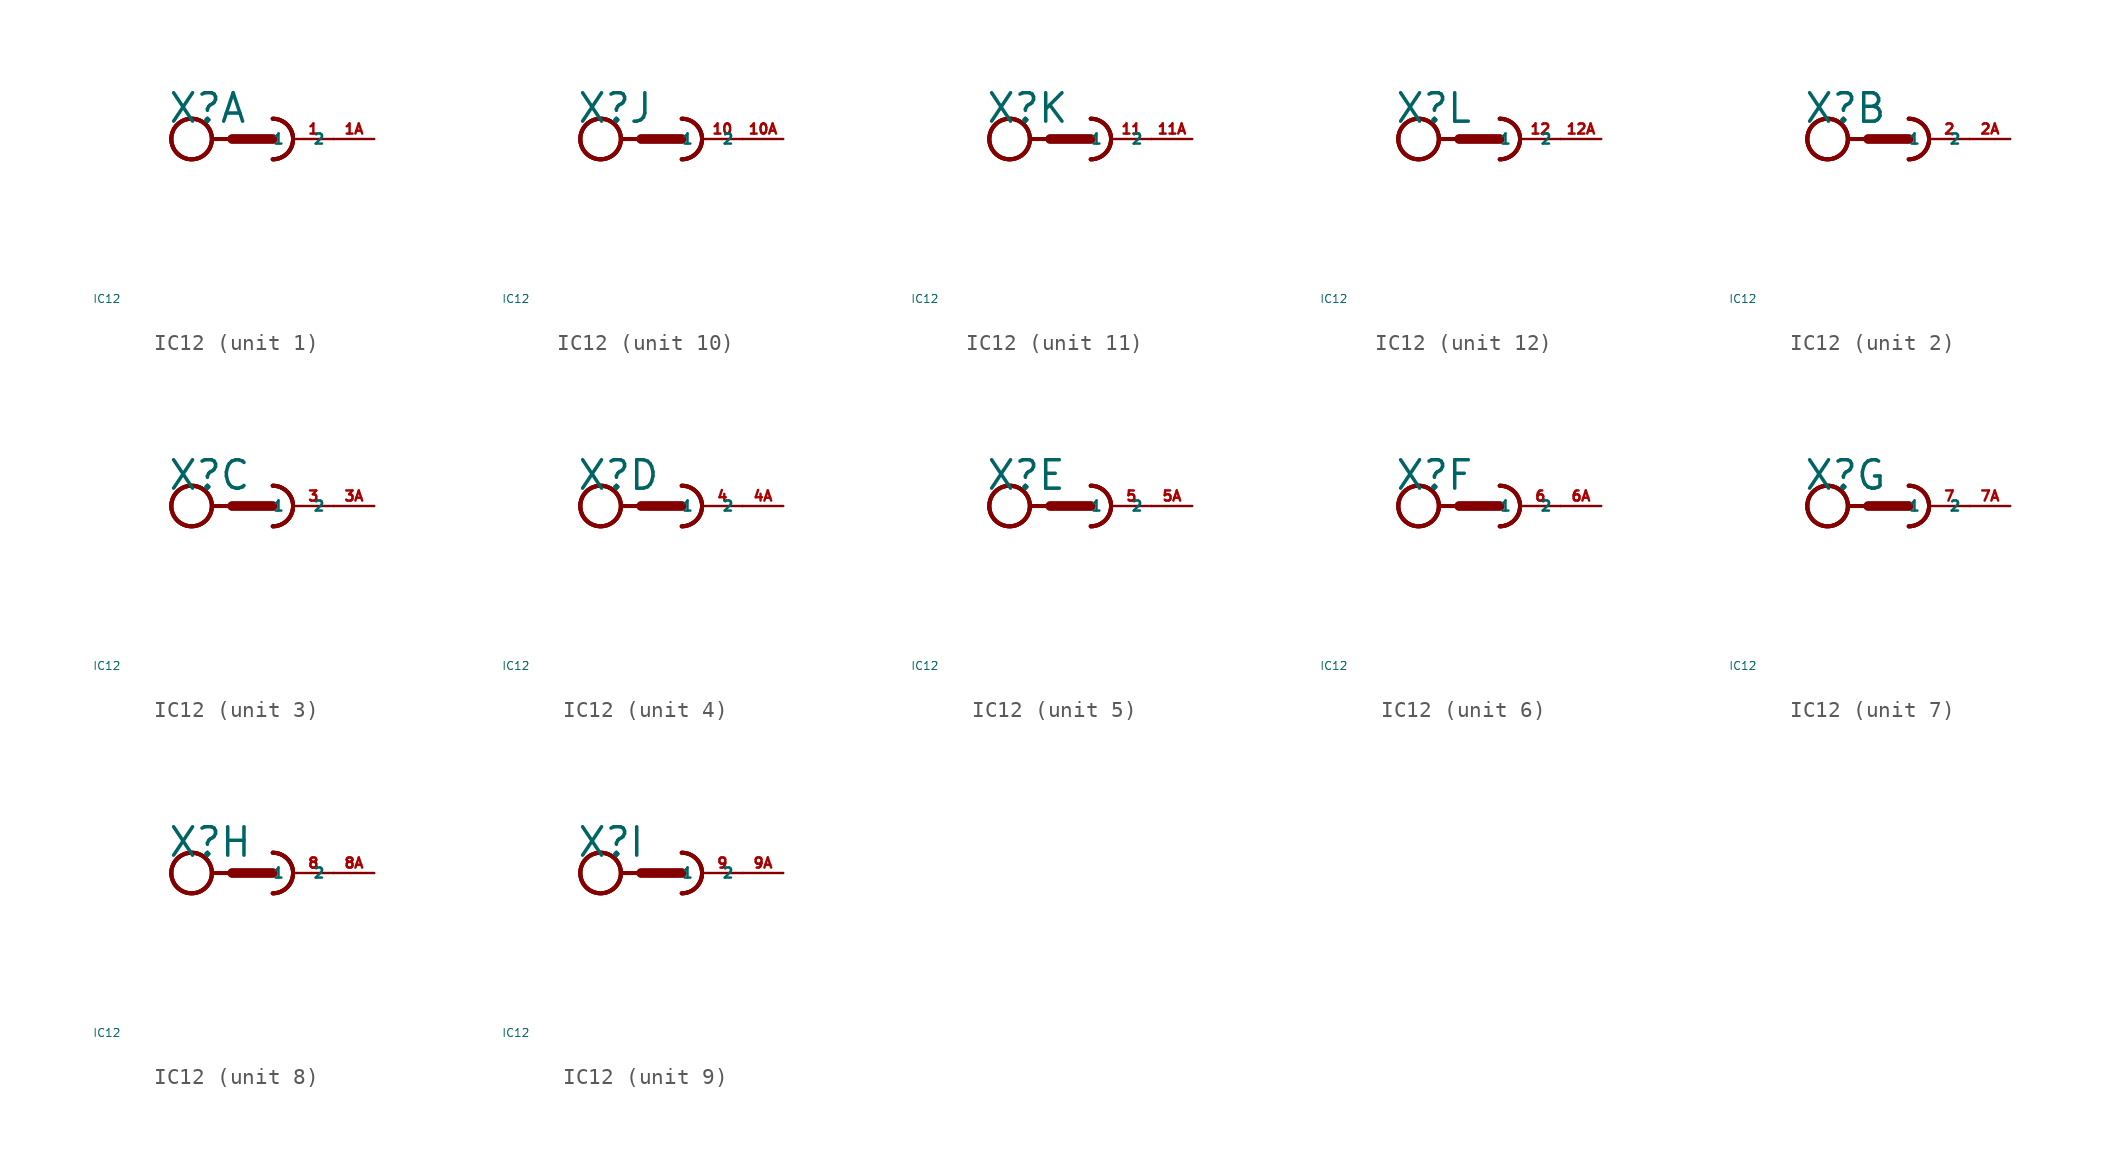
<source format=kicad_sym>
(kicad_symbol_lib
  (version 20220914)
  (generator Eagle2Kicad)
  (symbol "IC12"
    (property "Reference" "X"
      (at -5.334 0.889 0)
      (effects (font (size 1.778 1.778) (thickness 0.22)) (justify left bottom)))
    (property "Value" "IC12"
      (at -10 -10 0)
      (effects (font (size 0.5 0.5) (thickness 0.06)) (justify left)))
    (symbol "IC12_1_0"
      (arc (start 1.27 -1.27) (mid 2.540 0.000) (end 1.27 1.27) (stroke (width 0.254) (type default)) (fill (type none)))
      (arc (start 1.27 -1.27) (mid 2.540 0.000) (end 1.27 1.27) (stroke (width 0.254) (type default)) (fill (type none)))
      (polyline (pts (xy -2.54 0) (xy -1.27 0)) (stroke (width 0.254) (type default)) (fill (type none)))
      (polyline (pts (xy -1.27 0) (xy 1.27 0)) (stroke (width 0.61) (type default)) (fill (type none)))
      (arc (start 1.27 -1.27) (mid 2.540 0.000) (end 1.27 1.27) (stroke (width 0.254) (type default)) (fill (type none)))
      (circle (center -3.81 0) (radius 1.27) (stroke (width 0.254) (type default)) (fill (type none)))
      (circle (center -3.81 0) (radius 1.27) (stroke (width 0.254) (type default)) (fill (type none)))
      (circle (center -3.81 0) (radius 1.27) (stroke (width 0.254) (type default)) (fill (type none)))
      (pin passive line (at 5.08 0 180) (length 2.54) (name "1" (effects (font (size 0.635 0.635) (thickness 0.08)) (justify left bottom))) (number "1" (effects (font (size 0.635 0.635) (thickness 0.08)) (justify left bottom))))
      (pin passive line (at 7.62 0 180) (length 2.54) (name "2" (effects (font (size 0.635 0.635) (thickness 0.08)) (justify left bottom))) (number "1A" (effects (font (size 0.635 0.635) (thickness 0.08)) (justify left bottom)))))
    (symbol "IC12_2_0"
      (arc (start 1.27 -1.27) (mid 2.540 0.000) (end 1.27 1.27) (stroke (width 0.254) (type default)) (fill (type none)))
      (arc (start 1.27 -1.27) (mid 2.540 0.000) (end 1.27 1.27) (stroke (width 0.254) (type default)) (fill (type none)))
      (polyline (pts (xy -2.54 0) (xy -1.27 0)) (stroke (width 0.254) (type default)) (fill (type none)))
      (polyline (pts (xy -1.27 0) (xy 1.27 0)) (stroke (width 0.61) (type default)) (fill (type none)))
      (arc (start 1.27 -1.27) (mid 2.540 0.000) (end 1.27 1.27) (stroke (width 0.254) (type default)) (fill (type none)))
      (circle (center -3.81 0) (radius 1.27) (stroke (width 0.254) (type default)) (fill (type none)))
      (circle (center -3.81 0) (radius 1.27) (stroke (width 0.254) (type default)) (fill (type none)))
      (circle (center -3.81 0) (radius 1.27) (stroke (width 0.254) (type default)) (fill (type none)))
      (pin passive line (at 5.08 0 180) (length 2.54) (name "1" (effects (font (size 0.635 0.635) (thickness 0.08)) (justify left bottom))) (number "2" (effects (font (size 0.635 0.635) (thickness 0.08)) (justify left bottom))))
      (pin passive line (at 7.62 0 180) (length 2.54) (name "2" (effects (font (size 0.635 0.635) (thickness 0.08)) (justify left bottom))) (number "2A" (effects (font (size 0.635 0.635) (thickness 0.08)) (justify left bottom)))))
    (symbol "IC12_3_0"
      (arc (start 1.27 -1.27) (mid 2.540 0.000) (end 1.27 1.27) (stroke (width 0.254) (type default)) (fill (type none)))
      (arc (start 1.27 -1.27) (mid 2.540 0.000) (end 1.27 1.27) (stroke (width 0.254) (type default)) (fill (type none)))
      (polyline (pts (xy -2.54 0) (xy -1.27 0)) (stroke (width 0.254) (type default)) (fill (type none)))
      (polyline (pts (xy -1.27 0) (xy 1.27 0)) (stroke (width 0.61) (type default)) (fill (type none)))
      (arc (start 1.27 -1.27) (mid 2.540 0.000) (end 1.27 1.27) (stroke (width 0.254) (type default)) (fill (type none)))
      (circle (center -3.81 0) (radius 1.27) (stroke (width 0.254) (type default)) (fill (type none)))
      (circle (center -3.81 0) (radius 1.27) (stroke (width 0.254) (type default)) (fill (type none)))
      (circle (center -3.81 0) (radius 1.27) (stroke (width 0.254) (type default)) (fill (type none)))
      (pin passive line (at 5.08 0 180) (length 2.54) (name "1" (effects (font (size 0.635 0.635) (thickness 0.08)) (justify left bottom))) (number "3" (effects (font (size 0.635 0.635) (thickness 0.08)) (justify left bottom))))
      (pin passive line (at 7.62 0 180) (length 2.54) (name "2" (effects (font (size 0.635 0.635) (thickness 0.08)) (justify left bottom))) (number "3A" (effects (font (size 0.635 0.635) (thickness 0.08)) (justify left bottom)))))
    (symbol "IC12_4_0"
      (arc (start 1.27 -1.27) (mid 2.540 0.000) (end 1.27 1.27) (stroke (width 0.254) (type default)) (fill (type none)))
      (arc (start 1.27 -1.27) (mid 2.540 0.000) (end 1.27 1.27) (stroke (width 0.254) (type default)) (fill (type none)))
      (polyline (pts (xy -2.54 0) (xy -1.27 0)) (stroke (width 0.254) (type default)) (fill (type none)))
      (polyline (pts (xy -1.27 0) (xy 1.27 0)) (stroke (width 0.61) (type default)) (fill (type none)))
      (arc (start 1.27 -1.27) (mid 2.540 0.000) (end 1.27 1.27) (stroke (width 0.254) (type default)) (fill (type none)))
      (circle (center -3.81 0) (radius 1.27) (stroke (width 0.254) (type default)) (fill (type none)))
      (circle (center -3.81 0) (radius 1.27) (stroke (width 0.254) (type default)) (fill (type none)))
      (circle (center -3.81 0) (radius 1.27) (stroke (width 0.254) (type default)) (fill (type none)))
      (pin passive line (at 5.08 0 180) (length 2.54) (name "1" (effects (font (size 0.635 0.635) (thickness 0.08)) (justify left bottom))) (number "4" (effects (font (size 0.635 0.635) (thickness 0.08)) (justify left bottom))))
      (pin passive line (at 7.62 0 180) (length 2.54) (name "2" (effects (font (size 0.635 0.635) (thickness 0.08)) (justify left bottom))) (number "4A" (effects (font (size 0.635 0.635) (thickness 0.08)) (justify left bottom)))))
    (symbol "IC12_5_0"
      (arc (start 1.27 -1.27) (mid 2.540 0.000) (end 1.27 1.27) (stroke (width 0.254) (type default)) (fill (type none)))
      (arc (start 1.27 -1.27) (mid 2.540 0.000) (end 1.27 1.27) (stroke (width 0.254) (type default)) (fill (type none)))
      (polyline (pts (xy -2.54 0) (xy -1.27 0)) (stroke (width 0.254) (type default)) (fill (type none)))
      (polyline (pts (xy -1.27 0) (xy 1.27 0)) (stroke (width 0.61) (type default)) (fill (type none)))
      (arc (start 1.27 -1.27) (mid 2.540 0.000) (end 1.27 1.27) (stroke (width 0.254) (type default)) (fill (type none)))
      (circle (center -3.81 0) (radius 1.27) (stroke (width 0.254) (type default)) (fill (type none)))
      (circle (center -3.81 0) (radius 1.27) (stroke (width 0.254) (type default)) (fill (type none)))
      (circle (center -3.81 0) (radius 1.27) (stroke (width 0.254) (type default)) (fill (type none)))
      (pin passive line (at 5.08 0 180) (length 2.54) (name "1" (effects (font (size 0.635 0.635) (thickness 0.08)) (justify left bottom))) (number "5" (effects (font (size 0.635 0.635) (thickness 0.08)) (justify left bottom))))
      (pin passive line (at 7.62 0 180) (length 2.54) (name "2" (effects (font (size 0.635 0.635) (thickness 0.08)) (justify left bottom))) (number "5A" (effects (font (size 0.635 0.635) (thickness 0.08)) (justify left bottom)))))
    (symbol "IC12_6_0"
      (arc (start 1.27 -1.27) (mid 2.540 0.000) (end 1.27 1.27) (stroke (width 0.254) (type default)) (fill (type none)))
      (arc (start 1.27 -1.27) (mid 2.540 0.000) (end 1.27 1.27) (stroke (width 0.254) (type default)) (fill (type none)))
      (polyline (pts (xy -2.54 0) (xy -1.27 0)) (stroke (width 0.254) (type default)) (fill (type none)))
      (polyline (pts (xy -1.27 0) (xy 1.27 0)) (stroke (width 0.61) (type default)) (fill (type none)))
      (arc (start 1.27 -1.27) (mid 2.540 0.000) (end 1.27 1.27) (stroke (width 0.254) (type default)) (fill (type none)))
      (circle (center -3.81 0) (radius 1.27) (stroke (width 0.254) (type default)) (fill (type none)))
      (circle (center -3.81 0) (radius 1.27) (stroke (width 0.254) (type default)) (fill (type none)))
      (circle (center -3.81 0) (radius 1.27) (stroke (width 0.254) (type default)) (fill (type none)))
      (pin passive line (at 5.08 0 180) (length 2.54) (name "1" (effects (font (size 0.635 0.635) (thickness 0.08)) (justify left bottom))) (number "6" (effects (font (size 0.635 0.635) (thickness 0.08)) (justify left bottom))))
      (pin passive line (at 7.62 0 180) (length 2.54) (name "2" (effects (font (size 0.635 0.635) (thickness 0.08)) (justify left bottom))) (number "6A" (effects (font (size 0.635 0.635) (thickness 0.08)) (justify left bottom)))))
    (symbol "IC12_7_0"
      (arc (start 1.27 -1.27) (mid 2.540 0.000) (end 1.27 1.27) (stroke (width 0.254) (type default)) (fill (type none)))
      (arc (start 1.27 -1.27) (mid 2.540 0.000) (end 1.27 1.27) (stroke (width 0.254) (type default)) (fill (type none)))
      (polyline (pts (xy -2.54 0) (xy -1.27 0)) (stroke (width 0.254) (type default)) (fill (type none)))
      (polyline (pts (xy -1.27 0) (xy 1.27 0)) (stroke (width 0.61) (type default)) (fill (type none)))
      (arc (start 1.27 -1.27) (mid 2.540 0.000) (end 1.27 1.27) (stroke (width 0.254) (type default)) (fill (type none)))
      (circle (center -3.81 0) (radius 1.27) (stroke (width 0.254) (type default)) (fill (type none)))
      (circle (center -3.81 0) (radius 1.27) (stroke (width 0.254) (type default)) (fill (type none)))
      (circle (center -3.81 0) (radius 1.27) (stroke (width 0.254) (type default)) (fill (type none)))
      (pin passive line (at 5.08 0 180) (length 2.54) (name "1" (effects (font (size 0.635 0.635) (thickness 0.08)) (justify left bottom))) (number "7" (effects (font (size 0.635 0.635) (thickness 0.08)) (justify left bottom))))
      (pin passive line (at 7.62 0 180) (length 2.54) (name "2" (effects (font (size 0.635 0.635) (thickness 0.08)) (justify left bottom))) (number "7A" (effects (font (size 0.635 0.635) (thickness 0.08)) (justify left bottom)))))
    (symbol "IC12_8_0"
      (arc (start 1.27 -1.27) (mid 2.540 0.000) (end 1.27 1.27) (stroke (width 0.254) (type default)) (fill (type none)))
      (arc (start 1.27 -1.27) (mid 2.540 0.000) (end 1.27 1.27) (stroke (width 0.254) (type default)) (fill (type none)))
      (polyline (pts (xy -2.54 0) (xy -1.27 0)) (stroke (width 0.254) (type default)) (fill (type none)))
      (polyline (pts (xy -1.27 0) (xy 1.27 0)) (stroke (width 0.61) (type default)) (fill (type none)))
      (arc (start 1.27 -1.27) (mid 2.540 0.000) (end 1.27 1.27) (stroke (width 0.254) (type default)) (fill (type none)))
      (circle (center -3.81 0) (radius 1.27) (stroke (width 0.254) (type default)) (fill (type none)))
      (circle (center -3.81 0) (radius 1.27) (stroke (width 0.254) (type default)) (fill (type none)))
      (circle (center -3.81 0) (radius 1.27) (stroke (width 0.254) (type default)) (fill (type none)))
      (pin passive line (at 5.08 0 180) (length 2.54) (name "1" (effects (font (size 0.635 0.635) (thickness 0.08)) (justify left bottom))) (number "8" (effects (font (size 0.635 0.635) (thickness 0.08)) (justify left bottom))))
      (pin passive line (at 7.62 0 180) (length 2.54) (name "2" (effects (font (size 0.635 0.635) (thickness 0.08)) (justify left bottom))) (number "8A" (effects (font (size 0.635 0.635) (thickness 0.08)) (justify left bottom)))))
    (symbol "IC12_9_0"
      (arc (start 1.27 -1.27) (mid 2.540 0.000) (end 1.27 1.27) (stroke (width 0.254) (type default)) (fill (type none)))
      (arc (start 1.27 -1.27) (mid 2.540 0.000) (end 1.27 1.27) (stroke (width 0.254) (type default)) (fill (type none)))
      (polyline (pts (xy -2.54 0) (xy -1.27 0)) (stroke (width 0.254) (type default)) (fill (type none)))
      (polyline (pts (xy -1.27 0) (xy 1.27 0)) (stroke (width 0.61) (type default)) (fill (type none)))
      (arc (start 1.27 -1.27) (mid 2.540 0.000) (end 1.27 1.27) (stroke (width 0.254) (type default)) (fill (type none)))
      (circle (center -3.81 0) (radius 1.27) (stroke (width 0.254) (type default)) (fill (type none)))
      (circle (center -3.81 0) (radius 1.27) (stroke (width 0.254) (type default)) (fill (type none)))
      (circle (center -3.81 0) (radius 1.27) (stroke (width 0.254) (type default)) (fill (type none)))
      (pin passive line (at 5.08 0 180) (length 2.54) (name "1" (effects (font (size 0.635 0.635) (thickness 0.08)) (justify left bottom))) (number "9" (effects (font (size 0.635 0.635) (thickness 0.08)) (justify left bottom))))
      (pin passive line (at 7.62 0 180) (length 2.54) (name "2" (effects (font (size 0.635 0.635) (thickness 0.08)) (justify left bottom))) (number "9A" (effects (font (size 0.635 0.635) (thickness 0.08)) (justify left bottom)))))
    (symbol "IC12_10_0"
      (arc (start 1.27 -1.27) (mid 2.540 0.000) (end 1.27 1.27) (stroke (width 0.254) (type default)) (fill (type none)))
      (arc (start 1.27 -1.27) (mid 2.540 0.000) (end 1.27 1.27) (stroke (width 0.254) (type default)) (fill (type none)))
      (polyline (pts (xy -2.54 0) (xy -1.27 0)) (stroke (width 0.254) (type default)) (fill (type none)))
      (polyline (pts (xy -1.27 0) (xy 1.27 0)) (stroke (width 0.61) (type default)) (fill (type none)))
      (arc (start 1.27 -1.27) (mid 2.540 0.000) (end 1.27 1.27) (stroke (width 0.254) (type default)) (fill (type none)))
      (circle (center -3.81 0) (radius 1.27) (stroke (width 0.254) (type default)) (fill (type none)))
      (circle (center -3.81 0) (radius 1.27) (stroke (width 0.254) (type default)) (fill (type none)))
      (circle (center -3.81 0) (radius 1.27) (stroke (width 0.254) (type default)) (fill (type none)))
      (pin passive line (at 5.08 0 180) (length 2.54) (name "1" (effects (font (size 0.635 0.635) (thickness 0.08)) (justify left bottom))) (number "10" (effects (font (size 0.635 0.635) (thickness 0.08)) (justify left bottom))))
      (pin passive line (at 7.62 0 180) (length 2.54) (name "2" (effects (font (size 0.635 0.635) (thickness 0.08)) (justify left bottom))) (number "10A" (effects (font (size 0.635 0.635) (thickness 0.08)) (justify left bottom)))))
    (symbol "IC12_11_0"
      (arc (start 1.27 -1.27) (mid 2.540 0.000) (end 1.27 1.27) (stroke (width 0.254) (type default)) (fill (type none)))
      (arc (start 1.27 -1.27) (mid 2.540 0.000) (end 1.27 1.27) (stroke (width 0.254) (type default)) (fill (type none)))
      (polyline (pts (xy -2.54 0) (xy -1.27 0)) (stroke (width 0.254) (type default)) (fill (type none)))
      (polyline (pts (xy -1.27 0) (xy 1.27 0)) (stroke (width 0.61) (type default)) (fill (type none)))
      (arc (start 1.27 -1.27) (mid 2.540 0.000) (end 1.27 1.27) (stroke (width 0.254) (type default)) (fill (type none)))
      (circle (center -3.81 0) (radius 1.27) (stroke (width 0.254) (type default)) (fill (type none)))
      (circle (center -3.81 0) (radius 1.27) (stroke (width 0.254) (type default)) (fill (type none)))
      (circle (center -3.81 0) (radius 1.27) (stroke (width 0.254) (type default)) (fill (type none)))
      (pin passive line (at 5.08 0 180) (length 2.54) (name "1" (effects (font (size 0.635 0.635) (thickness 0.08)) (justify left bottom))) (number "11" (effects (font (size 0.635 0.635) (thickness 0.08)) (justify left bottom))))
      (pin passive line (at 7.62 0 180) (length 2.54) (name "2" (effects (font (size 0.635 0.635) (thickness 0.08)) (justify left bottom))) (number "11A" (effects (font (size 0.635 0.635) (thickness 0.08)) (justify left bottom)))))
    (symbol "IC12_12_0"
      (arc (start 1.27 -1.27) (mid 2.540 0.000) (end 1.27 1.27) (stroke (width 0.254) (type default)) (fill (type none)))
      (arc (start 1.27 -1.27) (mid 2.540 0.000) (end 1.27 1.27) (stroke (width 0.254) (type default)) (fill (type none)))
      (polyline (pts (xy -2.54 0) (xy -1.27 0)) (stroke (width 0.254) (type default)) (fill (type none)))
      (polyline (pts (xy -1.27 0) (xy 1.27 0)) (stroke (width 0.61) (type default)) (fill (type none)))
      (arc (start 1.27 -1.27) (mid 2.540 0.000) (end 1.27 1.27) (stroke (width 0.254) (type default)) (fill (type none)))
      (circle (center -3.81 0) (radius 1.27) (stroke (width 0.254) (type default)) (fill (type none)))
      (circle (center -3.81 0) (radius 1.27) (stroke (width 0.254) (type default)) (fill (type none)))
      (circle (center -3.81 0) (radius 1.27) (stroke (width 0.254) (type default)) (fill (type none)))
      (pin passive line (at 5.08 0 180) (length 2.54) (name "1" (effects (font (size 0.635 0.635) (thickness 0.08)) (justify left bottom))) (number "12" (effects (font (size 0.635 0.635) (thickness 0.08)) (justify left bottom))))
      (pin passive line (at 7.62 0 180) (length 2.54) (name "2" (effects (font (size 0.635 0.635) (thickness 0.08)) (justify left bottom))) (number "12A" (effects (font (size 0.635 0.635) (thickness 0.08)) (justify left bottom)))))))
</source>
